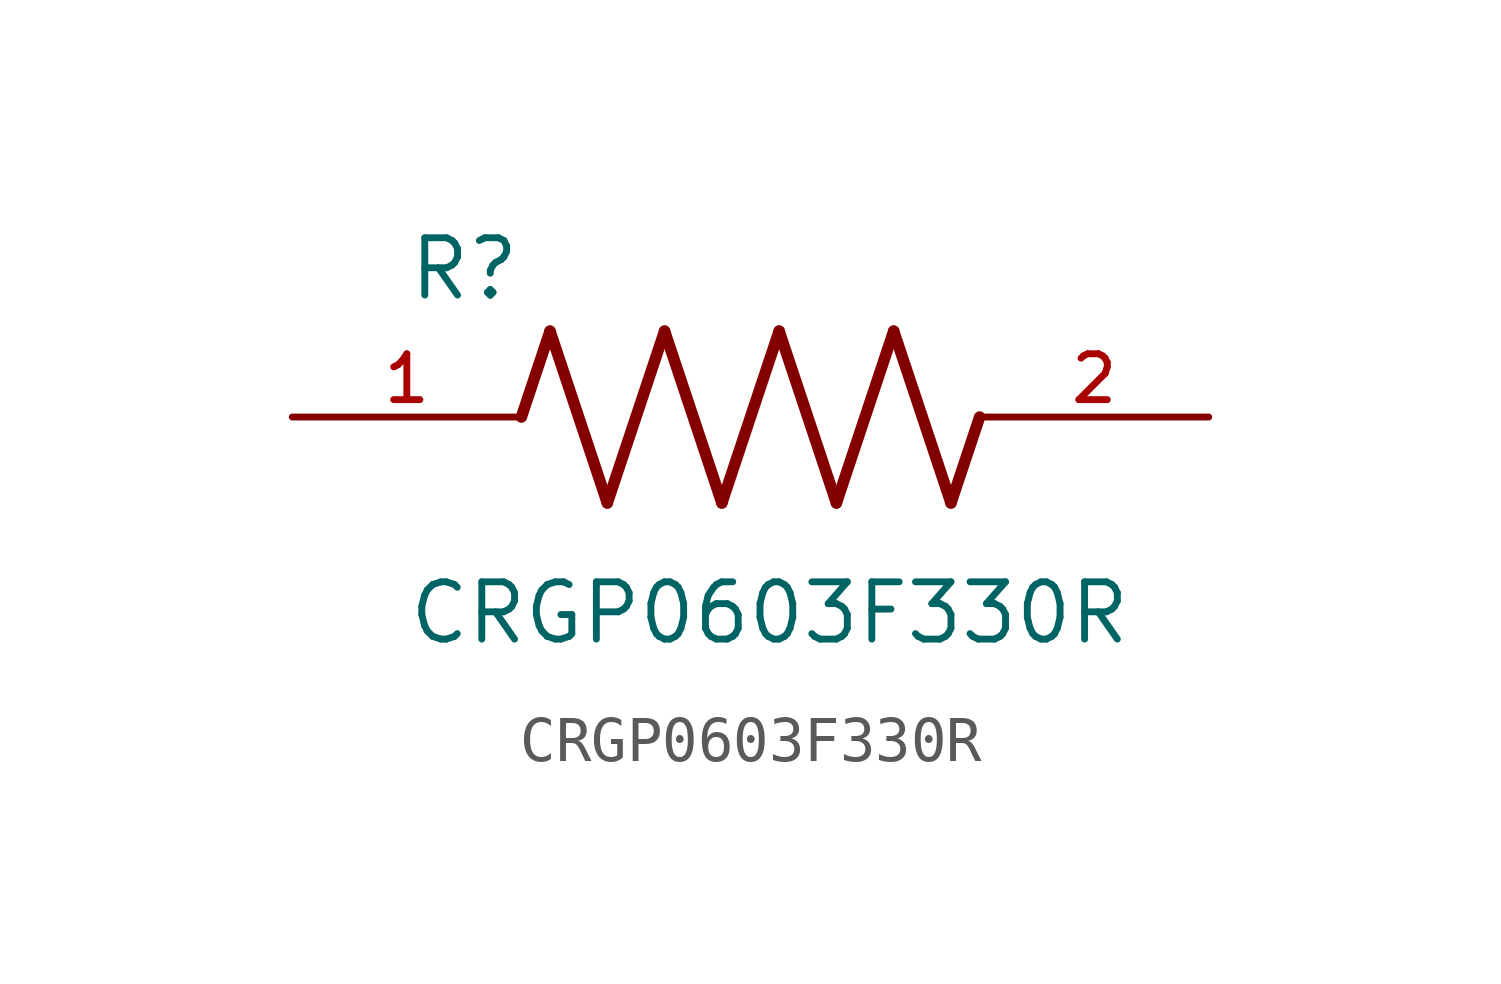
<source format=kicad_sym>
(kicad_symbol_lib
  (version 20211014)
  (generator kicad_symbol_editor)
  (symbol "CRGP0603F330R"
    (pin_names
      (offset 1.016))
    (property "Reference" "R"
      (at -7.624 2.541 0)
      (effects (font (size 1.27 1.27)) (justify bottom left)))
    (property "Value" "CRGP0603F330R"
      (at -7.63 -5.087 0)
      (effects (font (size 1.27 1.27)) (justify bottom left)))
    (symbol "CRGP0603F330R_0_0"
      (polyline (pts (xy -5.08 0.0) (xy -4.445 1.905)) (stroke (width 0.254)))
      (polyline (pts (xy -4.445 1.905) (xy -3.175 -1.905)) (stroke (width 0.254)))
      (polyline (pts (xy -3.175 -1.905) (xy -1.905 1.905)) (stroke (width 0.254)))
      (polyline (pts (xy -1.905 1.905) (xy -0.635 -1.905)) (stroke (width 0.254)))
      (polyline (pts (xy -0.635 -1.905) (xy 0.635 1.905)) (stroke (width 0.254)))
      (polyline (pts (xy 0.635 1.905) (xy 1.905 -1.905)) (stroke (width 0.254)))
      (polyline (pts (xy 1.905 -1.905) (xy 3.175 1.905)) (stroke (width 0.254)))
      (polyline (pts (xy 3.175 1.905) (xy 4.445 -1.905)) (stroke (width 0.254)))
      (polyline (pts (xy 4.445 -1.905) (xy 5.08 0.0)) (stroke (width 0.254)))
      (pin passive line (at -10.16 0.0 0) (length 5.08) (name "~" (effects (font (size 1.016 1.016)))) (number "1" (effects (font (size 1.016 1.016)))))
      (pin passive line (at 10.16 0.0 180.0) (length 5.08) (name "~" (effects (font (size 1.016 1.016)))) (number "2" (effects (font (size 1.016 1.016))))))))
</source>
